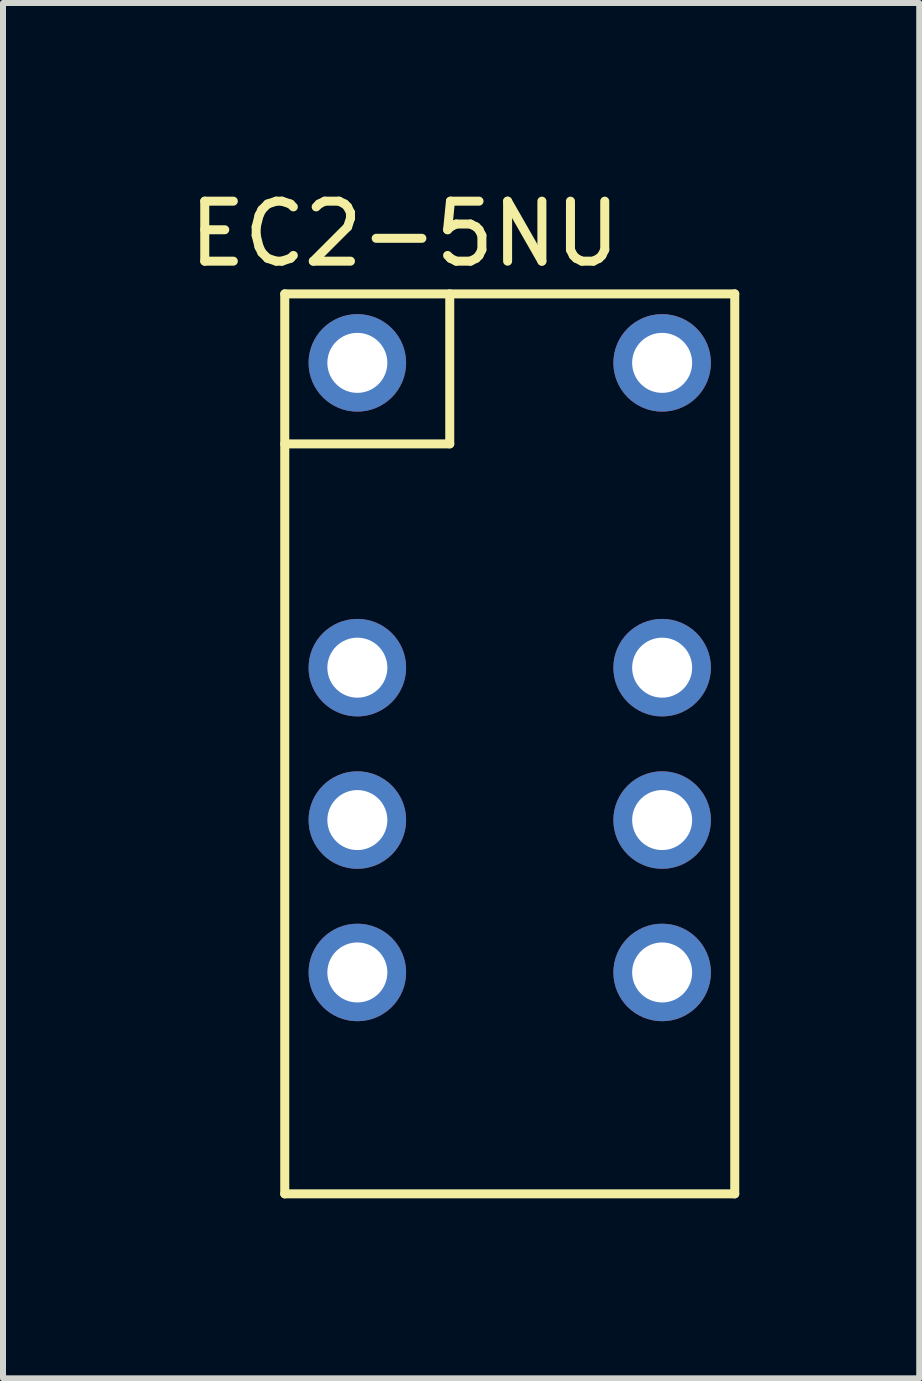
<source format=kicad_pcb>
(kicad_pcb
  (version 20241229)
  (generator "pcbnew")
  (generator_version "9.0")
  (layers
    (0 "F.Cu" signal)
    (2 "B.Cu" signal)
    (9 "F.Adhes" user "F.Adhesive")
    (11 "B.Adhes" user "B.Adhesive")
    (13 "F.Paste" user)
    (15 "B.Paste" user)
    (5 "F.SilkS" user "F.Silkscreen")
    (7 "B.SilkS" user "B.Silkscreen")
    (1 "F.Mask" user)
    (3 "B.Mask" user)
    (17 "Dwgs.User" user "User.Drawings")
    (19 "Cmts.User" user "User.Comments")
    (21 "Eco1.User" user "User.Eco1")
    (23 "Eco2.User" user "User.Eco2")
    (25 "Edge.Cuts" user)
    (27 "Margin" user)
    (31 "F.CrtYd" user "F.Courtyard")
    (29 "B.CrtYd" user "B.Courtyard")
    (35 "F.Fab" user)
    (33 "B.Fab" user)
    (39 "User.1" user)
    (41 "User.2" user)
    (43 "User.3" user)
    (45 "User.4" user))
  (footprint "EC2-5NU"
    (layer "F.Cu")
    (at 5.446 9.348)
    (property "Reference" "EC2-5NU" (at -1.75 -8.5 0) (layer "F.SilkS") (effects (font (size 1 1) (thickness 0.15))))
    (attr through_hole)
    (fp_line (start -3.75 -7.5) (end 3.75 -7.5) (stroke (width 0.15) (type solid)) (layer "F.SilkS"))
    (fp_line (start -3.75 -5) (end -1 -5) (stroke (width 0.15) (type solid)) (layer "F.SilkS"))
    (fp_line (start -3.75 7.5) (end -3.75 -7.5) (stroke (width 0.15) (type solid)) (layer "F.SilkS"))
    (fp_line (start -1 -5) (end -1 -7.5) (stroke (width 0.15) (type solid)) (layer "F.SilkS"))
    (fp_line (start 3.75 -7.5) (end 3.75 7.5) (stroke (width 0.15) (type solid)) (layer "F.SilkS"))
    (fp_line (start 3.75 7.5) (end -3.75 7.5) (stroke (width 0.15) (type solid)) (layer "F.SilkS"))
    (pad "1" thru_hole circle (at -2.54 -6.35) (size 1.625 1.625) (drill 1) (layers "*.Cu" "*.Mask"))
    (pad "3" thru_hole circle (at -2.54 -1.27) (size 1.625 1.625) (drill 1) (layers "*.Cu" "*.Mask"))
    (pad "4" thru_hole circle (at -2.54 1.27) (size 1.625 1.625) (drill 1) (layers "*.Cu" "*.Mask"))
    (pad "5" thru_hole circle (at -2.54 3.81) (size 1.625 1.625) (drill 1) (layers "*.Cu" "*.Mask"))
    (pad "8" thru_hole circle (at 2.54 3.81) (size 1.625 1.625) (drill 1) (layers "*.Cu" "*.Mask"))
    (pad "9" thru_hole circle (at 2.54 1.27) (size 1.625 1.625) (drill 1) (layers "*.Cu" "*.Mask"))
    (pad "10" thru_hole circle (at 2.54 -1.27) (size 1.625 1.625) (drill 1) (layers "*.Cu" "*.Mask"))
    (pad "12" thru_hole circle (at 2.54 -6.35) (size 1.625 1.625) (drill 1) (layers "*.Cu" "*.Mask")))
  (gr_rect
    (start -3 -3)
    (end 12.271 19.923)
    (stroke (width 0.1) (type default))
    (fill no)
    (layer "Edge.Cuts")))
</source>
